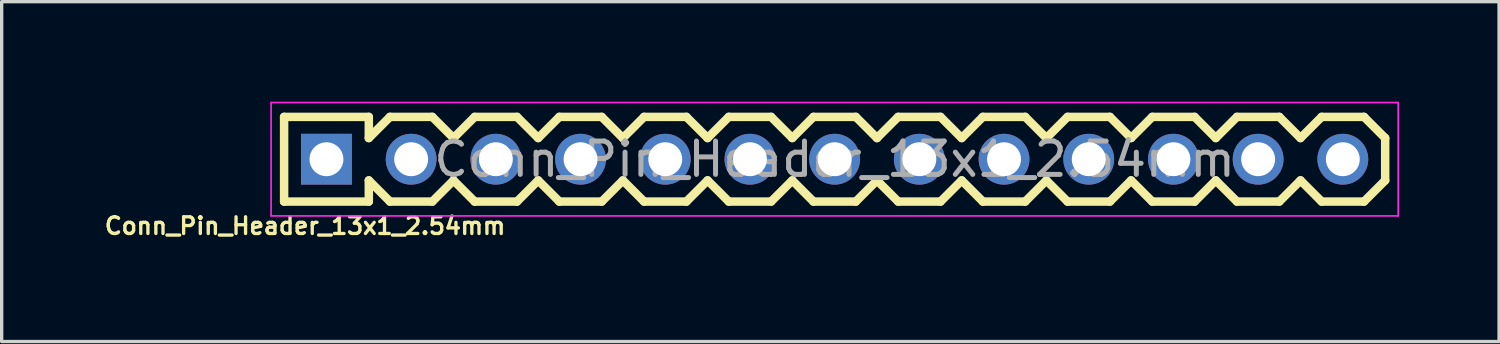
<source format=kicad_pcb>
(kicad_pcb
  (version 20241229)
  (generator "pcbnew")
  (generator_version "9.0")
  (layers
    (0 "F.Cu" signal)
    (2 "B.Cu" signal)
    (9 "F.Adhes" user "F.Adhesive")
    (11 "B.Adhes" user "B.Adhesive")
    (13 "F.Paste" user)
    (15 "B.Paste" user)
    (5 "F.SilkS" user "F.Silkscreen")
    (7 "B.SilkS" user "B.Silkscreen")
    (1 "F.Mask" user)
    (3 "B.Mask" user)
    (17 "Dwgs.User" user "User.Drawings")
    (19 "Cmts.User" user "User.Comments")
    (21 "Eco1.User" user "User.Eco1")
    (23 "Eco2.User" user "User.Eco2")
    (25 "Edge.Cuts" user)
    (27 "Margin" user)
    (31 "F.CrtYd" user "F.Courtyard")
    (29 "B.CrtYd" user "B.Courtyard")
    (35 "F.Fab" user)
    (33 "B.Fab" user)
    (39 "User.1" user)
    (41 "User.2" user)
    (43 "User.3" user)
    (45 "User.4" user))
  (footprint "Conn_Pin_Header_13x1_2.54mm"
    (layer "F.Cu")
    (at 21.98 1.725)
    (property "Reference" "Conn_Pin_Header_13x1_2.54mm" (at -15.88 2 180) (layer "F.SilkS") (effects (font (size 0.5 0.5) (thickness 0.1))))
    (attr through_hole)
    (fp_line (start -16.51 -1.27) (end -13.97 -1.27) (stroke (width 0.254) (type solid)) (layer "F.SilkS"))
    (fp_line (start -16.51 1.27) (end -16.51 -1.27) (stroke (width 0.254) (type solid)) (layer "F.SilkS"))
    (fp_line (start -13.97 -0.635) (end -13.97 -1.27) (stroke (width 0.254) (type solid)) (layer "F.SilkS"))
    (fp_line (start -13.97 -0.635) (end -13.335 -1.27) (stroke (width 0.254) (type solid)) (layer "F.SilkS"))
    (fp_line (start -13.97 1.27) (end -16.51 1.27) (stroke (width 0.254) (type solid)) (layer "F.SilkS"))
    (fp_line (start -13.97 1.27) (end -13.97 0.635) (stroke (width 0.254) (type solid)) (layer "F.SilkS"))
    (fp_line (start -13.335 -1.27) (end -12.065 -1.27) (stroke (width 0.254) (type solid)) (layer "F.SilkS"))
    (fp_line (start -13.335 1.27) (end -13.97 0.635) (stroke (width 0.254) (type solid)) (layer "F.SilkS"))
    (fp_line (start -12.065 -1.27) (end -11.43 -0.635) (stroke (width 0.254) (type solid)) (layer "F.SilkS"))
    (fp_line (start -12.065 1.27) (end -13.335 1.27) (stroke (width 0.254) (type solid)) (layer "F.SilkS"))
    (fp_line (start -11.43 -0.635) (end -10.795 -1.27) (stroke (width 0.254) (type solid)) (layer "F.SilkS"))
    (fp_line (start -11.43 0.635) (end -12.065 1.27) (stroke (width 0.254) (type solid)) (layer "F.SilkS"))
    (fp_line (start -10.795 -1.27) (end -9.525 -1.27) (stroke (width 0.254) (type solid)) (layer "F.SilkS"))
    (fp_line (start -10.795 1.27) (end -11.43 0.635) (stroke (width 0.254) (type solid)) (layer "F.SilkS"))
    (fp_line (start -9.525 -1.27) (end -8.89 -0.635) (stroke (width 0.254) (type solid)) (layer "F.SilkS"))
    (fp_line (start -9.525 1.27) (end -10.795 1.27) (stroke (width 0.254) (type solid)) (layer "F.SilkS"))
    (fp_line (start -8.89 -0.635) (end -8.255 -1.27) (stroke (width 0.254) (type solid)) (layer "F.SilkS"))
    (fp_line (start -8.89 0.635) (end -9.525 1.27) (stroke (width 0.254) (type solid)) (layer "F.SilkS"))
    (fp_line (start -8.255 -1.27) (end -6.985 -1.27) (stroke (width 0.254) (type solid)) (layer "F.SilkS"))
    (fp_line (start -8.255 1.27) (end -8.89 0.635) (stroke (width 0.254) (type solid)) (layer "F.SilkS"))
    (fp_line (start -6.985 -1.27) (end -6.35 -0.635) (stroke (width 0.254) (type solid)) (layer "F.SilkS"))
    (fp_line (start -6.985 1.27) (end -8.255 1.27) (stroke (width 0.254) (type solid)) (layer "F.SilkS"))
    (fp_line (start -6.35 -0.635) (end -5.715 -1.27) (stroke (width 0.254) (type solid)) (layer "F.SilkS"))
    (fp_line (start -6.35 0.635) (end -6.985 1.27) (stroke (width 0.254) (type solid)) (layer "F.SilkS"))
    (fp_line (start -5.715 -1.27) (end -4.445 -1.27) (stroke (width 0.254) (type solid)) (layer "F.SilkS"))
    (fp_line (start -5.715 1.27) (end -6.35 0.635) (stroke (width 0.254) (type solid)) (layer "F.SilkS"))
    (fp_line (start -4.445 -1.27) (end -3.81 -0.635) (stroke (width 0.254) (type solid)) (layer "F.SilkS"))
    (fp_line (start -4.445 1.27) (end -5.715 1.27) (stroke (width 0.254) (type solid)) (layer "F.SilkS"))
    (fp_line (start -3.81 -0.635) (end -3.175 -1.27) (stroke (width 0.254) (type solid)) (layer "F.SilkS"))
    (fp_line (start -3.81 0.635) (end -4.445 1.27) (stroke (width 0.254) (type solid)) (layer "F.SilkS"))
    (fp_line (start -3.81 0.635) (end -3.175 1.27) (stroke (width 0.254) (type solid)) (layer "F.SilkS"))
    (fp_line (start -3.175 -1.27) (end -1.905 -1.27) (stroke (width 0.254) (type solid)) (layer "F.SilkS"))
    (fp_line (start -3.175 1.27) (end -1.905 1.27) (stroke (width 0.254) (type solid)) (layer "F.SilkS"))
    (fp_line (start -1.905 -1.27) (end -1.27 -0.635) (stroke (width 0.254) (type solid)) (layer "F.SilkS"))
    (fp_line (start -1.905 1.27) (end -1.27 0.635) (stroke (width 0.254) (type solid)) (layer "F.SilkS"))
    (fp_line (start -1.27 -0.635) (end -0.635 -1.27) (stroke (width 0.254) (type solid)) (layer "F.SilkS"))
    (fp_line (start -0.635 -1.27) (end 0.635 -1.27) (stroke (width 0.254) (type solid)) (layer "F.SilkS"))
    (fp_line (start -0.635 1.27) (end -1.27 0.635) (stroke (width 0.254) (type solid)) (layer "F.SilkS"))
    (fp_line (start 0.635 -1.27) (end 1.27 -0.635) (stroke (width 0.254) (type solid)) (layer "F.SilkS"))
    (fp_line (start 0.635 1.27) (end -0.635 1.27) (stroke (width 0.254) (type solid)) (layer "F.SilkS"))
    (fp_line (start 1.27 -0.635) (end 1.905 -1.27) (stroke (width 0.254) (type solid)) (layer "F.SilkS"))
    (fp_line (start 1.27 0.635) (end 0.635 1.27) (stroke (width 0.254) (type solid)) (layer "F.SilkS"))
    (fp_line (start 1.27 0.635) (end 1.905 1.27) (stroke (width 0.254) (type solid)) (layer "F.SilkS"))
    (fp_line (start 1.905 -1.27) (end 3.175 -1.27) (stroke (width 0.254) (type solid)) (layer "F.SilkS"))
    (fp_line (start 1.905 1.27) (end 3.175 1.27) (stroke (width 0.254) (type solid)) (layer "F.SilkS"))
    (fp_line (start 3.175 -1.27) (end 3.81 -0.635) (stroke (width 0.254) (type solid)) (layer "F.SilkS"))
    (fp_line (start 3.175 1.27) (end 3.81 0.635) (stroke (width 0.254) (type solid)) (layer "F.SilkS"))
    (fp_line (start 3.81 -0.635) (end 4.445 -1.27) (stroke (width 0.254) (type solid)) (layer "F.SilkS"))
    (fp_line (start 4.445 -1.27) (end 5.715 -1.27) (stroke (width 0.254) (type solid)) (layer "F.SilkS"))
    (fp_line (start 4.445 1.27) (end 3.81 0.635) (stroke (width 0.254) (type solid)) (layer "F.SilkS"))
    (fp_line (start 5.715 -1.27) (end 6.35 -0.635) (stroke (width 0.254) (type solid)) (layer "F.SilkS"))
    (fp_line (start 5.715 1.27) (end 4.445 1.27) (stroke (width 0.254) (type solid)) (layer "F.SilkS"))
    (fp_line (start 6.35 -0.635) (end 6.985 -1.27) (stroke (width 0.254) (type solid)) (layer "F.SilkS"))
    (fp_line (start 6.35 0.635) (end 5.715 1.27) (stroke (width 0.254) (type solid)) (layer "F.SilkS"))
    (fp_line (start 6.35 0.635) (end 6.985 1.27) (stroke (width 0.254) (type solid)) (layer "F.SilkS"))
    (fp_line (start 6.985 -1.27) (end 8.255 -1.27) (stroke (width 0.254) (type solid)) (layer "F.SilkS"))
    (fp_line (start 6.985 1.27) (end 8.255 1.27) (stroke (width 0.254) (type solid)) (layer "F.SilkS"))
    (fp_line (start 8.255 -1.27) (end 8.89 -0.635) (stroke (width 0.254) (type solid)) (layer "F.SilkS"))
    (fp_line (start 8.255 1.27) (end 8.89 0.635) (stroke (width 0.254) (type solid)) (layer "F.SilkS"))
    (fp_line (start 8.89 -0.635) (end 9.525 -1.27) (stroke (width 0.254) (type solid)) (layer "F.SilkS"))
    (fp_line (start 8.89 0.635) (end 9.525 1.27) (stroke (width 0.254) (type solid)) (layer "F.SilkS"))
    (fp_line (start 9.525 -1.27) (end 10.795 -1.27) (stroke (width 0.254) (type solid)) (layer "F.SilkS"))
    (fp_line (start 9.525 1.27) (end 10.795 1.27) (stroke (width 0.254) (type solid)) (layer "F.SilkS"))
    (fp_line (start 10.795 -1.27) (end 11.43 -0.635) (stroke (width 0.254) (type solid)) (layer "F.SilkS"))
    (fp_line (start 10.795 1.27) (end 11.43 0.635) (stroke (width 0.254) (type solid)) (layer "F.SilkS"))
    (fp_line (start 11.43 -0.635) (end 12.065 -1.27) (stroke (width 0.254) (type solid)) (layer "F.SilkS"))
    (fp_line (start 11.43 0.635) (end 12.065 1.27) (stroke (width 0.254) (type solid)) (layer "F.SilkS"))
    (fp_line (start 12.065 -1.27) (end 13.335 -1.27) (stroke (width 0.254) (type solid)) (layer "F.SilkS"))
    (fp_line (start 12.065 1.27) (end 13.335 1.27) (stroke (width 0.254) (type solid)) (layer "F.SilkS"))
    (fp_line (start 13.335 -1.27) (end 13.97 -0.635) (stroke (width 0.254) (type solid)) (layer "F.SilkS"))
    (fp_line (start 13.335 1.27) (end 13.97 0.635) (stroke (width 0.254) (type solid)) (layer "F.SilkS"))
    (fp_line (start 13.97 -0.635) (end 14.605 -1.27) (stroke (width 0.254) (type solid)) (layer "F.SilkS"))
    (fp_line (start 13.97 0.635) (end 14.605 1.27) (stroke (width 0.254) (type solid)) (layer "F.SilkS"))
    (fp_line (start 14.605 -1.27) (end 15.875 -1.27) (stroke (width 0.254) (type solid)) (layer "F.SilkS"))
    (fp_line (start 14.605 1.27) (end 15.875 1.27) (stroke (width 0.254) (type solid)) (layer "F.SilkS"))
    (fp_line (start 15.875 -1.27) (end 16.51 -0.635) (stroke (width 0.254) (type solid)) (layer "F.SilkS"))
    (fp_line (start 15.875 1.27) (end 16.51 0.635) (stroke (width 0.254) (type solid)) (layer "F.SilkS"))
    (fp_line (start 16.51 -0.635) (end 16.51 0.635) (stroke (width 0.254) (type solid)) (layer "F.SilkS"))
    (fp_line (start -16.9 -1.7) (end -16.9 1.7) (stroke (width 0.05) (type solid)) (layer "F.CrtYd"))
    (fp_line (start -16.9 1.7) (end 16.9 1.7) (stroke (width 0.05) (type solid)) (layer "F.CrtYd"))
    (fp_line (start 16.9 -1.7) (end -16.9 -1.7) (stroke (width 0.05) (type solid)) (layer "F.CrtYd"))
    (fp_line (start 16.9 1.7) (end 16.9 -1.7) (stroke (width 0.05) (type solid)) (layer "F.CrtYd"))
    (fp_text user "${REFERENCE}" (at 0 0 0) (layer "F.Fab") (effects (font (size 1 1) (thickness 0.15))))
    (pad "1" thru_hole rect (at -15.24 0) (size 1.524 1.524) (drill 1.016) (layers "*.Cu" "*.Mask"))
    (pad "2" thru_hole circle (at -12.7 0) (size 1.524 1.524) (drill 1.016) (layers "*.Cu" "*.Mask"))
    (pad "3" thru_hole circle (at -10.16 0) (size 1.524 1.524) (drill 1.016) (layers "*.Cu" "*.Mask"))
    (pad "4" thru_hole circle (at -7.62 0) (size 1.524 1.524) (drill 1.016) (layers "*.Cu" "*.Mask"))
    (pad "5" thru_hole circle (at -5.08 0) (size 1.524 1.524) (drill 1.016) (layers "*.Cu" "*.Mask"))
    (pad "6" thru_hole circle (at -2.54 0) (size 1.524 1.524) (drill 1.016) (layers "*.Cu" "*.Mask"))
    (pad "7" thru_hole circle (at 0 0) (size 1.524 1.524) (drill 1.016) (layers "*.Cu" "*.Mask"))
    (pad "8" thru_hole circle (at 2.54 0) (size 1.524 1.524) (drill 1.016) (layers "*.Cu" "*.Mask"))
    (pad "9" thru_hole circle (at 5.08 0) (size 1.524 1.524) (drill 1.016) (layers "*.Cu" "*.Mask"))
    (pad "10" thru_hole circle (at 7.62 0) (size 1.524 1.524) (drill 1.016) (layers "*.Cu" "*.Mask"))
    (pad "11" thru_hole circle (at 10.16 0) (size 1.524 1.524) (drill 1.016) (layers "*.Cu" "*.Mask"))
    (pad "12" thru_hole circle (at 12.7 0) (size 1.524 1.524) (drill 1.016) (layers "*.Cu" "*.Mask"))
    (pad "13" thru_hole circle (at 15.24 0) (size 1.524 1.524) (drill 1.016) (layers "*.Cu" "*.Mask")))
  (gr_rect
    (start -3 -3)
    (end 41.905 7.193)
    (stroke (width 0.1) (type default))
    (fill no)
    (layer "Edge.Cuts")))
</source>
